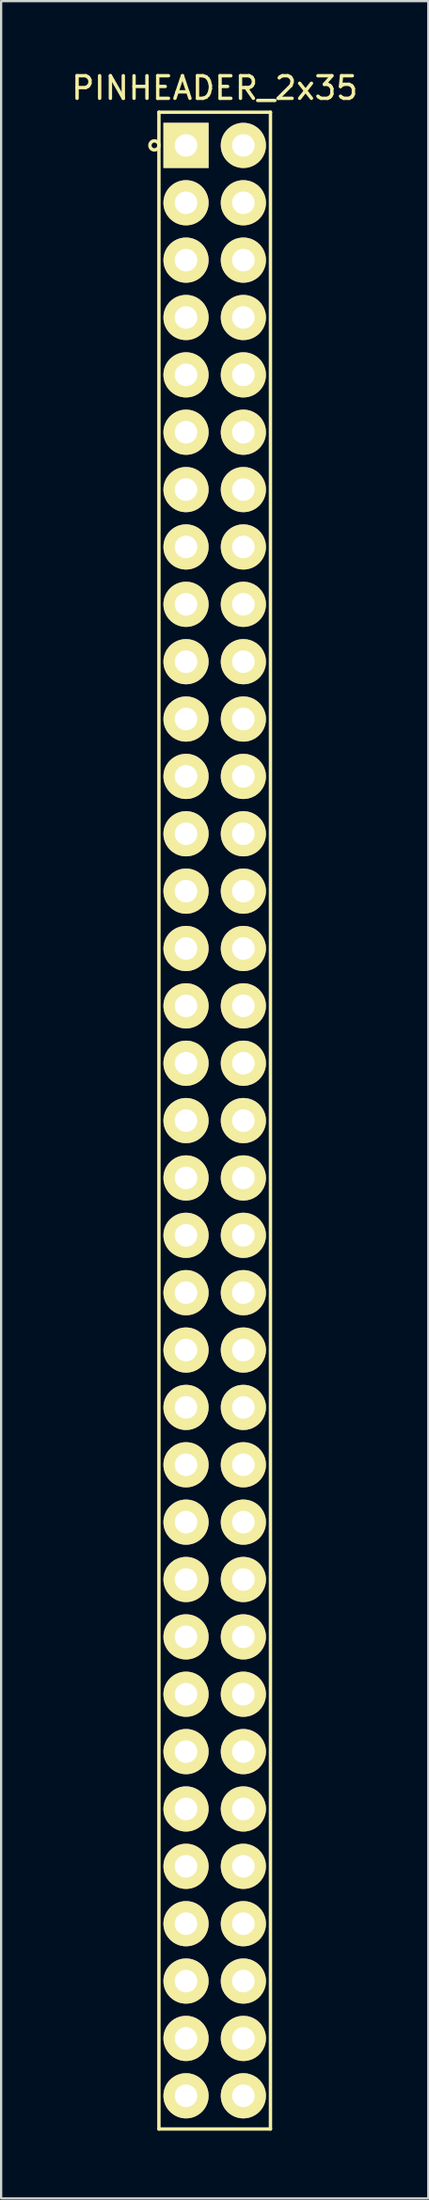
<source format=kicad_pcb>
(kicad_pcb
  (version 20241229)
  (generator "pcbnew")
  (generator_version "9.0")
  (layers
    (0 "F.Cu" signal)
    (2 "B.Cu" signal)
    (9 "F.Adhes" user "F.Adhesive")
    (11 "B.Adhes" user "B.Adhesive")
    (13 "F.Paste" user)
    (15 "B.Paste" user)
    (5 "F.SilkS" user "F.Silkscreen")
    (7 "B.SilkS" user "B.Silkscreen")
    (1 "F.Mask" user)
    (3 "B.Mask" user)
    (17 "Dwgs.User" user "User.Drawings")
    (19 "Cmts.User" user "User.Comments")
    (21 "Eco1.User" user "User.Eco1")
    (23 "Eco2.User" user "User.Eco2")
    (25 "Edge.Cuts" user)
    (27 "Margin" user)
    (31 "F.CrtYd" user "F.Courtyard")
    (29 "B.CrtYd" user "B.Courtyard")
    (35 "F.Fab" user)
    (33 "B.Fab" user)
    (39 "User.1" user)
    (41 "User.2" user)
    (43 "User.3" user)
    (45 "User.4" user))
  (footprint "PINHEADER_2x35"
    (layer "F.Cu")
    (at 5.188 3.388)
    (property "Reference" "PINHEADER_2x35" (at 1.27 -2.54 0) (layer "F.SilkS") (effects (font (size 1 1) (thickness 0.15))))
    (attr through_hole)
    (fp_line (start -1.2 -1.47) (end 3.74 -1.47) (stroke (width 0.15) (type solid)) (layer "F.SilkS"))
    (fp_line (start -1.2 87.83) (end -1.2 -1.47) (stroke (width 0.15) (type solid)) (layer "F.SilkS"))
    (fp_line (start 3.74 -1.47) (end 3.74 87.83) (stroke (width 0.15) (type solid)) (layer "F.SilkS"))
    (fp_line (start 3.74 87.83) (end -1.2 87.83) (stroke (width 0.15) (type solid)) (layer "F.SilkS"))
    (fp_circle (center -1.4 0) (end -1.4 0.2) (stroke (width 0.15) (type solid)) (fill no) (layer "F.SilkS"))
    (pad "1" thru_hole rect (at 0 0) (size 2 2) (drill 1) (layers "*.Cu" "*.Mask" "F.SilkS"))
    (pad "2" thru_hole circle (at 0 2.54) (size 2 2) (drill 1) (layers "*.Cu" "*.Mask" "F.SilkS"))
    (pad "3" thru_hole circle (at 0 5.08) (size 2 2) (drill 1) (layers "*.Cu" "*.Mask" "F.SilkS"))
    (pad "4" thru_hole circle (at 0 7.62) (size 2 2) (drill 1) (layers "*.Cu" "*.Mask" "F.SilkS"))
    (pad "5" thru_hole circle (at 0 10.16) (size 2 2) (drill 1) (layers "*.Cu" "*.Mask" "F.SilkS"))
    (pad "6" thru_hole circle (at 0 12.7) (size 2 2) (drill 1) (layers "*.Cu" "*.Mask" "F.SilkS"))
    (pad "7" thru_hole circle (at 0 15.24) (size 2 2) (drill 1) (layers "*.Cu" "*.Mask" "F.SilkS"))
    (pad "8" thru_hole circle (at 0 17.78) (size 2 2) (drill 1) (layers "*.Cu" "*.Mask" "F.SilkS"))
    (pad "9" thru_hole circle (at 0 20.32) (size 2 2) (drill 1) (layers "*.Cu" "*.Mask" "F.SilkS"))
    (pad "10" thru_hole circle (at 0 22.86) (size 2 2) (drill 1) (layers "*.Cu" "*.Mask" "F.SilkS"))
    (pad "11" thru_hole circle (at 0 25.4) (size 2 2) (drill 1) (layers "*.Cu" "*.Mask" "F.SilkS"))
    (pad "12" thru_hole circle (at 0 27.94) (size 2 2) (drill 1) (layers "*.Cu" "*.Mask" "F.SilkS"))
    (pad "13" thru_hole circle (at 0 30.48) (size 2 2) (drill 1) (layers "*.Cu" "*.Mask" "F.SilkS"))
    (pad "14" thru_hole circle (at 0 33.02) (size 2 2) (drill 1) (layers "*.Cu" "*.Mask" "F.SilkS"))
    (pad "15" thru_hole circle (at 0 35.56) (size 2 2) (drill 1) (layers "*.Cu" "*.Mask" "F.SilkS"))
    (pad "16" thru_hole circle (at 0 38.1) (size 2 2) (drill 1) (layers "*.Cu" "*.Mask" "F.SilkS"))
    (pad "17" thru_hole circle (at 0 40.64) (size 2 2) (drill 1) (layers "*.Cu" "*.Mask" "F.SilkS"))
    (pad "18" thru_hole circle (at 0 43.18) (size 2 2) (drill 1) (layers "*.Cu" "*.Mask" "F.SilkS"))
    (pad "19" thru_hole circle (at 0 45.72) (size 2 2) (drill 1) (layers "*.Cu" "*.Mask" "F.SilkS"))
    (pad "20" thru_hole circle (at 0 48.26) (size 2 2) (drill 1) (layers "*.Cu" "*.Mask" "F.SilkS"))
    (pad "21" thru_hole circle (at 0 50.8) (size 2 2) (drill 1) (layers "*.Cu" "*.Mask" "F.SilkS"))
    (pad "22" thru_hole circle (at 0 53.34) (size 2 2) (drill 1) (layers "*.Cu" "*.Mask" "F.SilkS"))
    (pad "23" thru_hole circle (at 0 55.88) (size 2 2) (drill 1) (layers "*.Cu" "*.Mask" "F.SilkS"))
    (pad "24" thru_hole circle (at 0 58.42) (size 2 2) (drill 1) (layers "*.Cu" "*.Mask" "F.SilkS"))
    (pad "25" thru_hole circle (at 0 60.96) (size 2 2) (drill 1) (layers "*.Cu" "*.Mask" "F.SilkS"))
    (pad "26" thru_hole circle (at 0 63.5) (size 2 2) (drill 1) (layers "*.Cu" "*.Mask" "F.SilkS"))
    (pad "27" thru_hole circle (at 0 66.04) (size 2 2) (drill 1) (layers "*.Cu" "*.Mask" "F.SilkS"))
    (pad "28" thru_hole circle (at 0 68.58) (size 2 2) (drill 1) (layers "*.Cu" "*.Mask" "F.SilkS"))
    (pad "29" thru_hole circle (at 0 71.12) (size 2 2) (drill 1) (layers "*.Cu" "*.Mask" "F.SilkS"))
    (pad "30" thru_hole circle (at 0 73.66) (size 2 2) (drill 1) (layers "*.Cu" "*.Mask" "F.SilkS"))
    (pad "31" thru_hole circle (at 0 76.2) (size 2 2) (drill 1) (layers "*.Cu" "*.Mask" "F.SilkS"))
    (pad "32" thru_hole circle (at 0 78.74) (size 2 2) (drill 1) (layers "*.Cu" "*.Mask" "F.SilkS"))
    (pad "33" thru_hole circle (at 0 81.28) (size 2 2) (drill 1) (layers "*.Cu" "*.Mask" "F.SilkS"))
    (pad "34" thru_hole circle (at 0 83.82) (size 2 2) (drill 1) (layers "*.Cu" "*.Mask" "F.SilkS"))
    (pad "35" thru_hole circle (at 0 86.36) (size 2 2) (drill 1) (layers "*.Cu" "*.Mask" "F.SilkS"))
    (pad "36" thru_hole circle (at 2.54 86.36) (size 2 2) (drill 1) (layers "*.Cu" "*.Mask" "F.SilkS"))
    (pad "37" thru_hole circle (at 2.54 83.82) (size 2 2) (drill 1) (layers "*.Cu" "*.Mask" "F.SilkS"))
    (pad "38" thru_hole circle (at 2.54 81.28) (size 2 2) (drill 1) (layers "*.Cu" "*.Mask" "F.SilkS"))
    (pad "39" thru_hole circle (at 2.54 78.74) (size 2 2) (drill 1) (layers "*.Cu" "*.Mask" "F.SilkS"))
    (pad "40" thru_hole circle (at 2.54 76.2) (size 2 2) (drill 1) (layers "*.Cu" "*.Mask" "F.SilkS"))
    (pad "41" thru_hole circle (at 2.54 73.66) (size 2 2) (drill 1) (layers "*.Cu" "*.Mask" "F.SilkS"))
    (pad "42" thru_hole circle (at 2.54 71.12) (size 2 2) (drill 1) (layers "*.Cu" "*.Mask" "F.SilkS"))
    (pad "43" thru_hole circle (at 2.54 68.58) (size 2 2) (drill 1) (layers "*.Cu" "*.Mask" "F.SilkS"))
    (pad "44" thru_hole circle (at 2.54 66.04) (size 2 2) (drill 1) (layers "*.Cu" "*.Mask" "F.SilkS"))
    (pad "45" thru_hole circle (at 2.54 63.5) (size 2 2) (drill 1) (layers "*.Cu" "*.Mask" "F.SilkS"))
    (pad "46" thru_hole circle (at 2.54 60.96) (size 2 2) (drill 1) (layers "*.Cu" "*.Mask" "F.SilkS"))
    (pad "47" thru_hole circle (at 2.54 58.42) (size 2 2) (drill 1) (layers "*.Cu" "*.Mask" "F.SilkS"))
    (pad "48" thru_hole circle (at 2.54 55.88) (size 2 2) (drill 1) (layers "*.Cu" "*.Mask" "F.SilkS"))
    (pad "49" thru_hole circle (at 2.54 53.34) (size 2 2) (drill 1) (layers "*.Cu" "*.Mask" "F.SilkS"))
    (pad "50" thru_hole circle (at 2.54 50.8) (size 2 2) (drill 1) (layers "*.Cu" "*.Mask" "F.SilkS"))
    (pad "51" thru_hole circle (at 2.54 48.26) (size 2 2) (drill 1) (layers "*.Cu" "*.Mask" "F.SilkS"))
    (pad "52" thru_hole circle (at 2.54 45.72) (size 2 2) (drill 1) (layers "*.Cu" "*.Mask" "F.SilkS"))
    (pad "53" thru_hole circle (at 2.54 43.18) (size 2 2) (drill 1) (layers "*.Cu" "*.Mask" "F.SilkS"))
    (pad "54" thru_hole circle (at 2.54 40.64) (size 2 2) (drill 1) (layers "*.Cu" "*.Mask" "F.SilkS"))
    (pad "55" thru_hole circle (at 2.54 38.1) (size 2 2) (drill 1) (layers "*.Cu" "*.Mask" "F.SilkS"))
    (pad "56" thru_hole circle (at 2.54 35.56) (size 2 2) (drill 1) (layers "*.Cu" "*.Mask" "F.SilkS"))
    (pad "57" thru_hole circle (at 2.54 33.02) (size 2 2) (drill 1) (layers "*.Cu" "*.Mask" "F.SilkS"))
    (pad "58" thru_hole circle (at 2.54 30.48) (size 2 2) (drill 1) (layers "*.Cu" "*.Mask" "F.SilkS"))
    (pad "59" thru_hole circle (at 2.54 27.94) (size 2 2) (drill 1) (layers "*.Cu" "*.Mask" "F.SilkS"))
    (pad "60" thru_hole circle (at 2.54 25.4) (size 2 2) (drill 1) (layers "*.Cu" "*.Mask" "F.SilkS"))
    (pad "61" thru_hole circle (at 2.54 22.86) (size 2 2) (drill 1) (layers "*.Cu" "*.Mask" "F.SilkS"))
    (pad "62" thru_hole circle (at 2.54 20.32) (size 2 2) (drill 1) (layers "*.Cu" "*.Mask" "F.SilkS"))
    (pad "63" thru_hole circle (at 2.54 17.78) (size 2 2) (drill 1) (layers "*.Cu" "*.Mask" "F.SilkS"))
    (pad "64" thru_hole circle (at 2.54 15.24) (size 2 2) (drill 1) (layers "*.Cu" "*.Mask" "F.SilkS"))
    (pad "65" thru_hole circle (at 2.54 12.7) (size 2 2) (drill 1) (layers "*.Cu" "*.Mask" "F.SilkS"))
    (pad "66" thru_hole circle (at 2.54 10.16) (size 2 2) (drill 1) (layers "*.Cu" "*.Mask" "F.SilkS"))
    (pad "67" thru_hole circle (at 2.54 7.62) (size 2 2) (drill 1) (layers "*.Cu" "*.Mask" "F.SilkS"))
    (pad "68" thru_hole circle (at 2.54 5.08) (size 2 2) (drill 1) (layers "*.Cu" "*.Mask" "F.SilkS"))
    (pad "69" thru_hole circle (at 2.54 2.54) (size 2 2) (drill 1) (layers "*.Cu" "*.Mask" "F.SilkS"))
    (pad "70" thru_hole circle (at 2.54 0) (size 2 2) (drill 1) (layers "*.Cu" "*.Mask" "F.SilkS")))
  (gr_rect
    (start -3 -3)
    (end 15.917 94.293)
    (stroke (width 0.1) (type default))
    (fill no)
    (layer "Edge.Cuts")))
</source>
